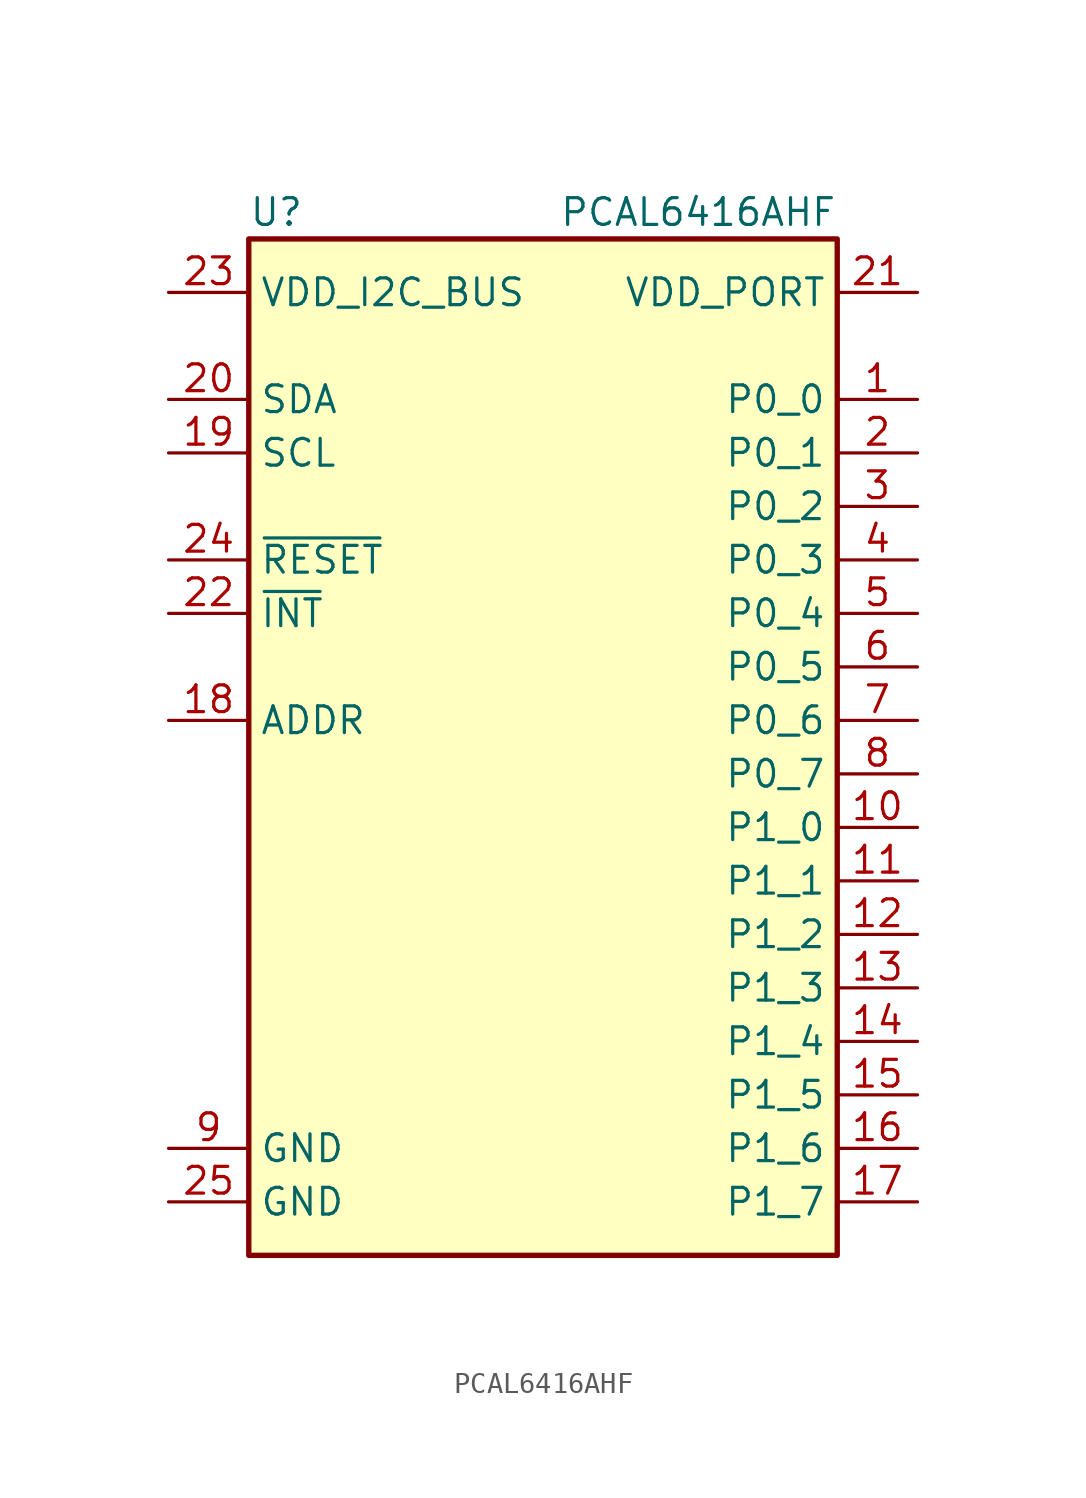
<source format=kicad_sym>
(kicad_symbol_lib
  (version 20231120)
  (generator "kicad_symbol_editor")
  (generator_version "8.0")
  (symbol "PCAL6416AHF"
    (property "Reference" "U"
      (at -13.97 24.13 0)
      (effects (font (size 1.27 1.27)) (justify left)))
    (property "Value" "PCAL6416AHF"
      (at 13.97 24.13 0)
      (effects (font (size 1.27 1.27)) (justify right)))
    (symbol "PCAL6416AHF_0_1"
      (rectangle (start -13.97 22.86) (end 13.97 -25.4) (stroke (width 0.254) (type default)) (fill (type background))))
    (symbol "PCAL6416AHF_1_1"
      (pin bidirectional line (at 17.78 15.24 180) (length 3.81) (name "P0_0" (effects (font (size 1.27 1.27)))) (number "1" (effects (font (size 1.27 1.27)))))
      (pin bidirectional line (at 17.78 -5.08 180) (length 3.81) (name "P1_0" (effects (font (size 1.27 1.27)))) (number "10" (effects (font (size 1.27 1.27)))))
      (pin bidirectional line (at 17.78 -7.62 180) (length 3.81) (name "P1_1" (effects (font (size 1.27 1.27)))) (number "11" (effects (font (size 1.27 1.27)))))
      (pin bidirectional line (at 17.78 -10.16 180) (length 3.81) (name "P1_2" (effects (font (size 1.27 1.27)))) (number "12" (effects (font (size 1.27 1.27)))))
      (pin bidirectional line (at 17.78 -12.7 180) (length 3.81) (name "P1_3" (effects (font (size 1.27 1.27)))) (number "13" (effects (font (size 1.27 1.27)))))
      (pin bidirectional line (at 17.78 -15.24 180) (length 3.81) (name "P1_4" (effects (font (size 1.27 1.27)))) (number "14" (effects (font (size 1.27 1.27)))))
      (pin bidirectional line (at 17.78 -17.78 180) (length 3.81) (name "P1_5" (effects (font (size 1.27 1.27)))) (number "15" (effects (font (size 1.27 1.27)))))
      (pin bidirectional line (at 17.78 -20.32 180) (length 3.81) (name "P1_6" (effects (font (size 1.27 1.27)))) (number "16" (effects (font (size 1.27 1.27)))))
      (pin bidirectional line (at 17.78 -22.86 180) (length 3.81) (name "P1_7" (effects (font (size 1.27 1.27)))) (number "17" (effects (font (size 1.27 1.27)))))
      (pin input line (at -17.78 0 0) (length 3.81) (name "ADDR" (effects (font (size 1.27 1.27)))) (number "18" (effects (font (size 1.27 1.27)))))
      (pin input line (at -17.78 12.7 0) (length 3.81) (name "SCL" (effects (font (size 1.27 1.27)))) (number "19" (effects (font (size 1.27 1.27)))))
      (pin bidirectional line (at 17.78 12.7 180) (length 3.81) (name "P0_1" (effects (font (size 1.27 1.27)))) (number "2" (effects (font (size 1.27 1.27)))))
      (pin bidirectional line (at -17.78 15.24 0) (length 3.81) (name "SDA" (effects (font (size 1.27 1.27)))) (number "20" (effects (font (size 1.27 1.27)))))
      (pin power_in line (at 17.78 20.32 180) (length 3.81) (name "VDD_PORT" (effects (font (size 1.27 1.27)))) (number "21" (effects (font (size 1.27 1.27)))))
      (pin open_collector line (at -17.78 5.08 0) (length 3.81) (name "~{INT}" (effects (font (size 1.27 1.27)))) (number "22" (effects (font (size 1.27 1.27)))))
      (pin power_in line (at -17.78 20.32 0) (length 3.81) (name "VDD_I2C_BUS" (effects (font (size 1.27 1.27)))) (number "23" (effects (font (size 1.27 1.27)))))
      (pin input line (at -17.78 7.62 0) (length 3.81) (name "~{RESET}" (effects (font (size 1.27 1.27)))) (number "24" (effects (font (size 1.27 1.27)))))
      (pin power_in line (at -17.78 -22.86 0) (length 3.81) (name "GND" (effects (font (size 1.27 1.27)))) (number "25" (effects (font (size 1.27 1.27)))))
      (pin bidirectional line (at 17.78 10.16 180) (length 3.81) (name "P0_2" (effects (font (size 1.27 1.27)))) (number "3" (effects (font (size 1.27 1.27)))))
      (pin bidirectional line (at 17.78 7.62 180) (length 3.81) (name "P0_3" (effects (font (size 1.27 1.27)))) (number "4" (effects (font (size 1.27 1.27)))))
      (pin bidirectional line (at 17.78 5.08 180) (length 3.81) (name "P0_4" (effects (font (size 1.27 1.27)))) (number "5" (effects (font (size 1.27 1.27)))))
      (pin bidirectional line (at 17.78 2.54 180) (length 3.81) (name "P0_5" (effects (font (size 1.27 1.27)))) (number "6" (effects (font (size 1.27 1.27)))))
      (pin bidirectional line (at 17.78 0 180) (length 3.81) (name "P0_6" (effects (font (size 1.27 1.27)))) (number "7" (effects (font (size 1.27 1.27)))))
      (pin bidirectional line (at 17.78 -2.54 180) (length 3.81) (name "P0_7" (effects (font (size 1.27 1.27)))) (number "8" (effects (font (size 1.27 1.27)))))
      (pin power_in line (at -17.78 -20.32 0) (length 3.81) (name "GND" (effects (font (size 1.27 1.27)))) (number "9" (effects (font (size 1.27 1.27))))))))
</source>
